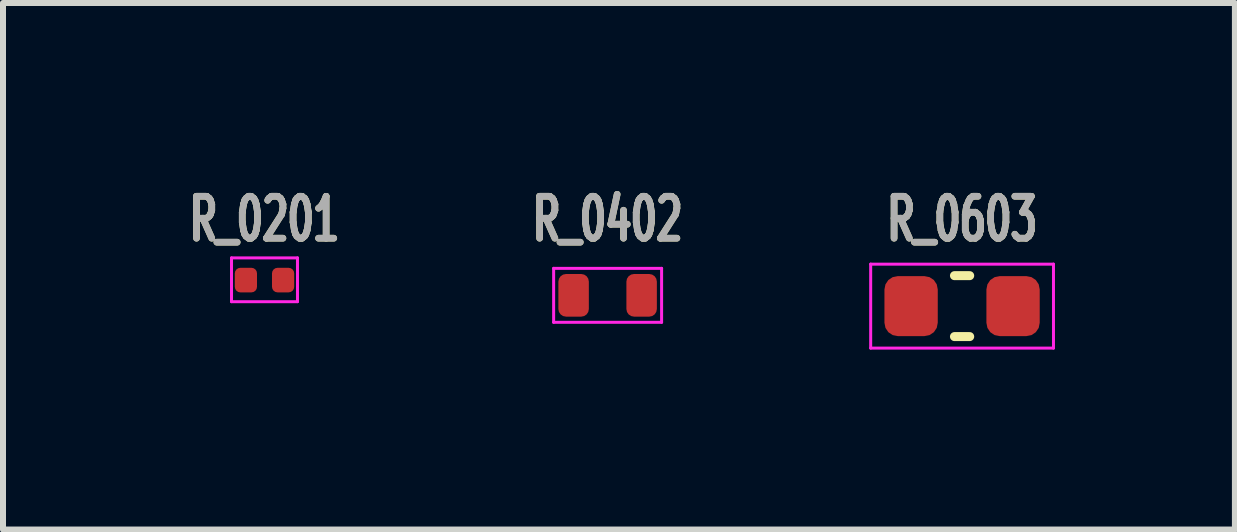
<source format=kicad_pcb>
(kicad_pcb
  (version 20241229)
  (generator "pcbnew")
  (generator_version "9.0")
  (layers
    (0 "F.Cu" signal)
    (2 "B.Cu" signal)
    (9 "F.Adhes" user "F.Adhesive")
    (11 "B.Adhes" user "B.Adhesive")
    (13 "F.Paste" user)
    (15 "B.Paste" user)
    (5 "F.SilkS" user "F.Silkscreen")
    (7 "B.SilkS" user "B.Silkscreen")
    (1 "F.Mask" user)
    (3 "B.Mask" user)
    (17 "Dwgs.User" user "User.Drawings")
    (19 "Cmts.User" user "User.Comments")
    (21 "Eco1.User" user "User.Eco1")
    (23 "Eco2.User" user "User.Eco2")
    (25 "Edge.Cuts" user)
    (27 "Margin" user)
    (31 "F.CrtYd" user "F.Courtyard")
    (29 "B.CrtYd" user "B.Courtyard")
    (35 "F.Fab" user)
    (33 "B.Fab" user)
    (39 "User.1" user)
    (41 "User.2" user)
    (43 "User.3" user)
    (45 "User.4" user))
  (footprint "R_0603"
    (layer "F.Cu")
    (at 12.991 2.054)
    (property "Reference" "R_0603" (at 0 -1.45 0) (layer "F.SilkS") (effects (font (size 0.699 0.445) (thickness 0.111))))
    (attr smd)
    (fp_line (start -0.127 -0.508) (end 0.127 -0.508) (stroke (width 0.15) (type solid)) (layer "F.SilkS"))
    (fp_line (start -0.127 0.508) (end 0.127 0.508) (stroke (width 0.15) (type solid)) (layer "F.SilkS"))
    (fp_line (start -1.524 -0.7) (end -1.524 0.7) (stroke (width 0.05) (type solid)) (layer "F.CrtYd"))
    (fp_line (start -1.524 -0.7) (end 1.524 -0.7) (stroke (width 0.05) (type solid)) (layer "F.CrtYd"))
    (fp_line (start 1.524 0.7) (end -1.524 0.7) (stroke (width 0.05) (type solid)) (layer "F.CrtYd"))
    (fp_line (start 1.524 0.7) (end 1.524 -0.7) (stroke (width 0.05) (type solid)) (layer "F.CrtYd"))
    (fp_text user "${REFERENCE}" (at 0 -1.45 0) (layer "F.Fab") (effects (font (size 0.699 0.445) (thickness 0.111))))
    (pad "1" smd roundrect (at -0.85 0) (size 0.889 1) (layers "F.Cu" "F.Mask" "F.Paste") (roundrect_rratio 0.25))
    (pad "2" smd roundrect (at 0.85 0) (size 0.889 1) (layers "F.Cu" "F.Mask" "F.Paste") (roundrect_rratio 0.25)))
  (footprint "R_0201"
    (layer "F.Cu")
    (at 1.36 1.62)
    (property "Reference" "R_0201" (at 0 -1.016 0) (layer "F.SilkS") (effects (font (size 0.699 0.445) (thickness 0.111))))
    (attr smd)
    (fp_line (start -0.55 -0.37) (end -0.55 0.36) (stroke (width 0.05) (type solid)) (layer "F.CrtYd"))
    (fp_line (start -0.55 -0.37) (end 0.55 -0.37) (stroke (width 0.05) (type solid)) (layer "F.CrtYd"))
    (fp_line (start 0.55 0.36) (end -0.55 0.36) (stroke (width 0.05) (type solid)) (layer "F.CrtYd"))
    (fp_line (start 0.55 0.36) (end 0.55 -0.37) (stroke (width 0.05) (type solid)) (layer "F.CrtYd"))
    (fp_text user "${REFERENCE}" (at 0 -1.016 0) (layer "F.Fab") (effects (font (size 0.699 0.445) (thickness 0.111))))
    (pad "1" smd roundrect (at -0.31 0) (size 0.37 0.41) (layers "F.Cu" "F.Mask" "F.Paste") (roundrect_rratio 0.25))
    (pad "2" smd roundrect (at 0.31 0) (size 0.37 0.41) (layers "F.Cu" "F.Mask" "F.Paste") (roundrect_rratio 0.25)))
  (footprint "R_0402"
    (layer "F.Cu")
    (at 7.081 1.874)
    (property "Reference" "R_0402" (at 0 -1.27 0) (layer "F.SilkS") (effects (font (size 0.699 0.445) (thickness 0.111))))
    (attr smd)
    (fp_line (start -0.9 -0.45) (end -0.9 0.45) (stroke (width 0.05) (type solid)) (layer "F.CrtYd"))
    (fp_line (start -0.9 -0.45) (end 0.9 -0.45) (stroke (width 0.05) (type solid)) (layer "F.CrtYd"))
    (fp_line (start 0.9 0.45) (end -0.9 0.45) (stroke (width 0.05) (type solid)) (layer "F.CrtYd"))
    (fp_line (start 0.9 0.45) (end 0.9 -0.45) (stroke (width 0.05) (type solid)) (layer "F.CrtYd"))
    (fp_text user "${REFERENCE}" (at 0 -1.27 0) (layer "F.Fab") (effects (font (size 0.699 0.445) (thickness 0.111))))
    (pad "1" smd roundrect (at -0.567 0) (size 0.508 0.711) (layers "F.Cu" "F.Mask" "F.Paste") (roundrect_rratio 0.25))
    (pad "2" smd roundrect (at 0.567 0) (size 0.508 0.711) (layers "F.Cu" "F.Mask" "F.Paste") (roundrect_rratio 0.25)))
  (gr_rect
    (start -3 -3)
    (end 17.54 5.779)
    (stroke (width 0.1) (type default))
    (fill no)
    (layer "Edge.Cuts")))
</source>
